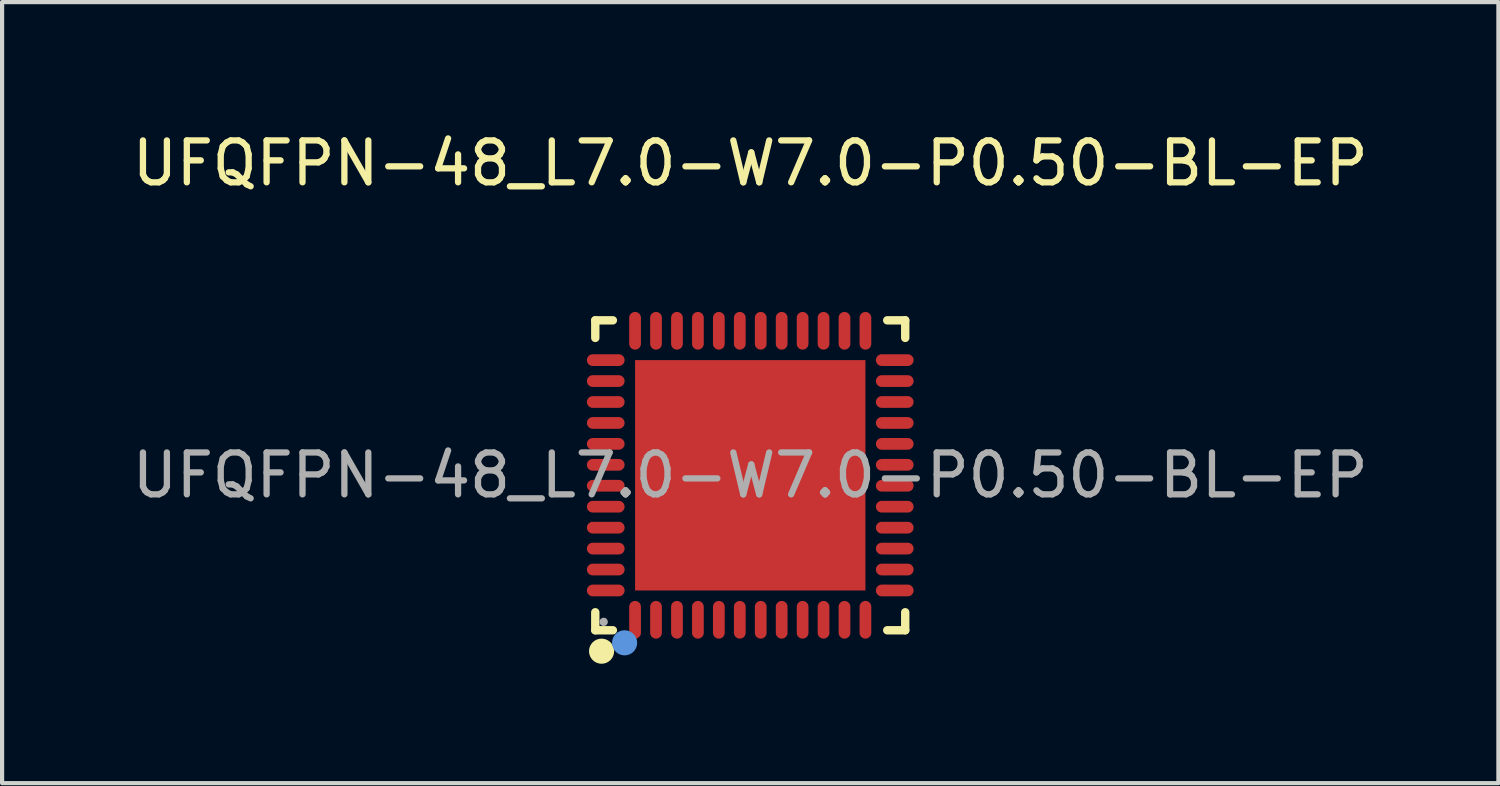
<source format=kicad_pcb>
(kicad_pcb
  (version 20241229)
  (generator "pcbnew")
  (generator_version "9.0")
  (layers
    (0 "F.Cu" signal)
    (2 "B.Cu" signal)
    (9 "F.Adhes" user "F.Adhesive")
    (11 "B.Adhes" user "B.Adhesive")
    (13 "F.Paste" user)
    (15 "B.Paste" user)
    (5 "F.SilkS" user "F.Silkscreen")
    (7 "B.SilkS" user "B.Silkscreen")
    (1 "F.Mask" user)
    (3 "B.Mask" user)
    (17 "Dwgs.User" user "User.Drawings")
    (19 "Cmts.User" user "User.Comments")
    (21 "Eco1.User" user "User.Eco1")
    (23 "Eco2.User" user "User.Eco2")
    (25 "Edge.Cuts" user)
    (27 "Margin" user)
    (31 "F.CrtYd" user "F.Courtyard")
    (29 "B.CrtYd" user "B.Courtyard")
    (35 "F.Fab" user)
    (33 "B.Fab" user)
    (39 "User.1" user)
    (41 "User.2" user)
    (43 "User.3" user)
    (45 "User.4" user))
  (footprint "UFQFPN-48_L7.0-W7.0-P0.50-BL-EP"
    (layer "F.Cu")
    (at 14.863 8.298)
    (property "Reference" "UFQFPN-48_L7.0-W7.0-P0.50-BL-EP" (at 0 -7.45 0) (layer "F.SilkS") (effects (font (size 1 1) (thickness 0.15))))
    (attr smd)
    (fp_line (start -3.7 -3.7) (end -3.28 -3.7) (stroke (width 0.2) (type solid)) (layer "F.SilkS"))
    (fp_line (start -3.7 -3.28) (end -3.7 -3.7) (stroke (width 0.2) (type solid)) (layer "F.SilkS"))
    (fp_line (start -3.7 3.7) (end -3.7 3.27) (stroke (width 0.2) (type solid)) (layer "F.SilkS"))
    (fp_line (start -3.28 3.7) (end -3.7 3.7) (stroke (width 0.2) (type solid)) (layer "F.SilkS"))
    (fp_line (start 3.7 -3.7) (end 3.27 -3.7) (stroke (width 0.2) (type solid)) (layer "F.SilkS"))
    (fp_line (start 3.7 -3.28) (end 3.7 -3.7) (stroke (width 0.2) (type solid)) (layer "F.SilkS"))
    (fp_line (start 3.7 3.27) (end 3.7 3.7) (stroke (width 0.2) (type solid)) (layer "F.SilkS"))
    (fp_line (start 3.7 3.7) (end 3.27 3.7) (stroke (width 0.2) (type solid)) (layer "F.SilkS"))
    (fp_arc (start -3.55 4.2) (mid -3.55 4.2) (end -3.55 4.2) (stroke (width 0.3) (type solid)) (layer "F.SilkS"))
    (fp_circle (center -3 4) (end -2.85 4) (stroke (width 0.3) (type solid)) (fill no) (layer "Cmts.User"))
    (fp_circle (center -3.5 3.5) (end -3.45 3.5) (stroke (width 0.1) (type solid)) (fill no) (layer "F.Fab"))
    (fp_text user "${REFERENCE}" (at 0 0 0) (layer "F.Fab") (effects (font (size 1 1) (thickness 0.15))))
    (pad "1" smd oval (at -2.75 3.45) (size 0.28 0.9) (layers "F.Cu" "F.Mask" "F.Paste"))
    (pad "2" smd oval (at -2.25 3.45) (size 0.28 0.9) (layers "F.Cu" "F.Mask" "F.Paste"))
    (pad "3" smd oval (at -1.75 3.45) (size 0.28 0.9) (layers "F.Cu" "F.Mask" "F.Paste"))
    (pad "4" smd oval (at -1.25 3.45) (size 0.28 0.9) (layers "F.Cu" "F.Mask" "F.Paste"))
    (pad "5" smd oval (at -0.75 3.45) (size 0.28 0.9) (layers "F.Cu" "F.Mask" "F.Paste"))
    (pad "6" smd oval (at -0.25 3.45) (size 0.28 0.9) (layers "F.Cu" "F.Mask" "F.Paste"))
    (pad "7" smd oval (at 0.25 3.45) (size 0.28 0.9) (layers "F.Cu" "F.Mask" "F.Paste"))
    (pad "8" smd oval (at 0.75 3.45) (size 0.28 0.9) (layers "F.Cu" "F.Mask" "F.Paste"))
    (pad "9" smd oval (at 1.25 3.45) (size 0.28 0.9) (layers "F.Cu" "F.Mask" "F.Paste"))
    (pad "10" smd oval (at 1.75 3.45) (size 0.28 0.9) (layers "F.Cu" "F.Mask" "F.Paste"))
    (pad "11" smd oval (at 2.25 3.45) (size 0.28 0.9) (layers "F.Cu" "F.Mask" "F.Paste"))
    (pad "12" smd oval (at 2.75 3.45) (size 0.28 0.9) (layers "F.Cu" "F.Mask" "F.Paste"))
    (pad "13" smd oval (at 3.45 2.75) (size 0.9 0.28) (layers "F.Cu" "F.Mask" "F.Paste"))
    (pad "14" smd oval (at 3.45 2.25) (size 0.9 0.28) (layers "F.Cu" "F.Mask" "F.Paste"))
    (pad "15" smd oval (at 3.45 1.75) (size 0.9 0.28) (layers "F.Cu" "F.Mask" "F.Paste"))
    (pad "16" smd oval (at 3.45 1.25) (size 0.9 0.28) (layers "F.Cu" "F.Mask" "F.Paste"))
    (pad "17" smd oval (at 3.45 0.75) (size 0.9 0.28) (layers "F.Cu" "F.Mask" "F.Paste"))
    (pad "18" smd oval (at 3.45 0.25) (size 0.9 0.28) (layers "F.Cu" "F.Mask" "F.Paste"))
    (pad "19" smd oval (at 3.45 -0.25) (size 0.9 0.28) (layers "F.Cu" "F.Mask" "F.Paste"))
    (pad "20" smd oval (at 3.45 -0.75) (size 0.9 0.28) (layers "F.Cu" "F.Mask" "F.Paste"))
    (pad "21" smd oval (at 3.45 -1.25) (size 0.9 0.28) (layers "F.Cu" "F.Mask" "F.Paste"))
    (pad "22" smd oval (at 3.45 -1.75) (size 0.9 0.28) (layers "F.Cu" "F.Mask" "F.Paste"))
    (pad "23" smd oval (at 3.45 -2.25) (size 0.9 0.28) (layers "F.Cu" "F.Mask" "F.Paste"))
    (pad "24" smd oval (at 3.45 -2.75) (size 0.9 0.28) (layers "F.Cu" "F.Mask" "F.Paste"))
    (pad "25" smd oval (at 2.75 -3.45) (size 0.28 0.9) (layers "F.Cu" "F.Mask" "F.Paste"))
    (pad "26" smd oval (at 2.25 -3.45) (size 0.28 0.9) (layers "F.Cu" "F.Mask" "F.Paste"))
    (pad "27" smd oval (at 1.75 -3.45) (size 0.28 0.9) (layers "F.Cu" "F.Mask" "F.Paste"))
    (pad "28" smd oval (at 1.25 -3.45) (size 0.28 0.9) (layers "F.Cu" "F.Mask" "F.Paste"))
    (pad "29" smd oval (at 0.75 -3.45) (size 0.28 0.9) (layers "F.Cu" "F.Mask" "F.Paste"))
    (pad "30" smd oval (at 0.25 -3.45) (size 0.28 0.9) (layers "F.Cu" "F.Mask" "F.Paste"))
    (pad "31" smd oval (at -0.25 -3.45) (size 0.28 0.9) (layers "F.Cu" "F.Mask" "F.Paste"))
    (pad "32" smd oval (at -0.75 -3.45) (size 0.28 0.9) (layers "F.Cu" "F.Mask" "F.Paste"))
    (pad "33" smd oval (at -1.25 -3.45) (size 0.28 0.9) (layers "F.Cu" "F.Mask" "F.Paste"))
    (pad "34" smd oval (at -1.75 -3.45) (size 0.28 0.9) (layers "F.Cu" "F.Mask" "F.Paste"))
    (pad "35" smd oval (at -2.25 -3.45) (size 0.28 0.9) (layers "F.Cu" "F.Mask" "F.Paste"))
    (pad "36" smd oval (at -2.75 -3.45) (size 0.28 0.9) (layers "F.Cu" "F.Mask" "F.Paste"))
    (pad "37" smd oval (at -3.45 -2.75) (size 0.9 0.28) (layers "F.Cu" "F.Mask" "F.Paste"))
    (pad "38" smd oval (at -3.45 -2.25) (size 0.9 0.28) (layers "F.Cu" "F.Mask" "F.Paste"))
    (pad "39" smd oval (at -3.45 -1.75) (size 0.9 0.28) (layers "F.Cu" "F.Mask" "F.Paste"))
    (pad "40" smd oval (at -3.45 -1.25) (size 0.9 0.28) (layers "F.Cu" "F.Mask" "F.Paste"))
    (pad "41" smd oval (at -3.45 -0.75) (size 0.9 0.28) (layers "F.Cu" "F.Mask" "F.Paste"))
    (pad "42" smd oval (at -3.45 -0.25) (size 0.9 0.28) (layers "F.Cu" "F.Mask" "F.Paste"))
    (pad "43" smd oval (at -3.45 0.25) (size 0.9 0.28) (layers "F.Cu" "F.Mask" "F.Paste"))
    (pad "44" smd oval (at -3.45 0.75) (size 0.9 0.28) (layers "F.Cu" "F.Mask" "F.Paste"))
    (pad "45" smd oval (at -3.45 1.25) (size 0.9 0.28) (layers "F.Cu" "F.Mask" "F.Paste"))
    (pad "46" smd oval (at -3.45 1.75) (size 0.9 0.28) (layers "F.Cu" "F.Mask" "F.Paste"))
    (pad "47" smd oval (at -3.45 2.25) (size 0.9 0.28) (layers "F.Cu" "F.Mask" "F.Paste"))
    (pad "48" smd oval (at -3.45 2.75) (size 0.9 0.28) (layers "F.Cu" "F.Mask" "F.Paste"))
    (pad "49" smd rect (at 0 0) (size 5.5 5.5) (layers "F.Cu" "F.Mask" "F.Paste")))
  (gr_rect
    (start -3 -3)
    (end 32.726 15.648)
    (stroke (width 0.1) (type default))
    (fill no)
    (layer "Edge.Cuts")))
</source>
